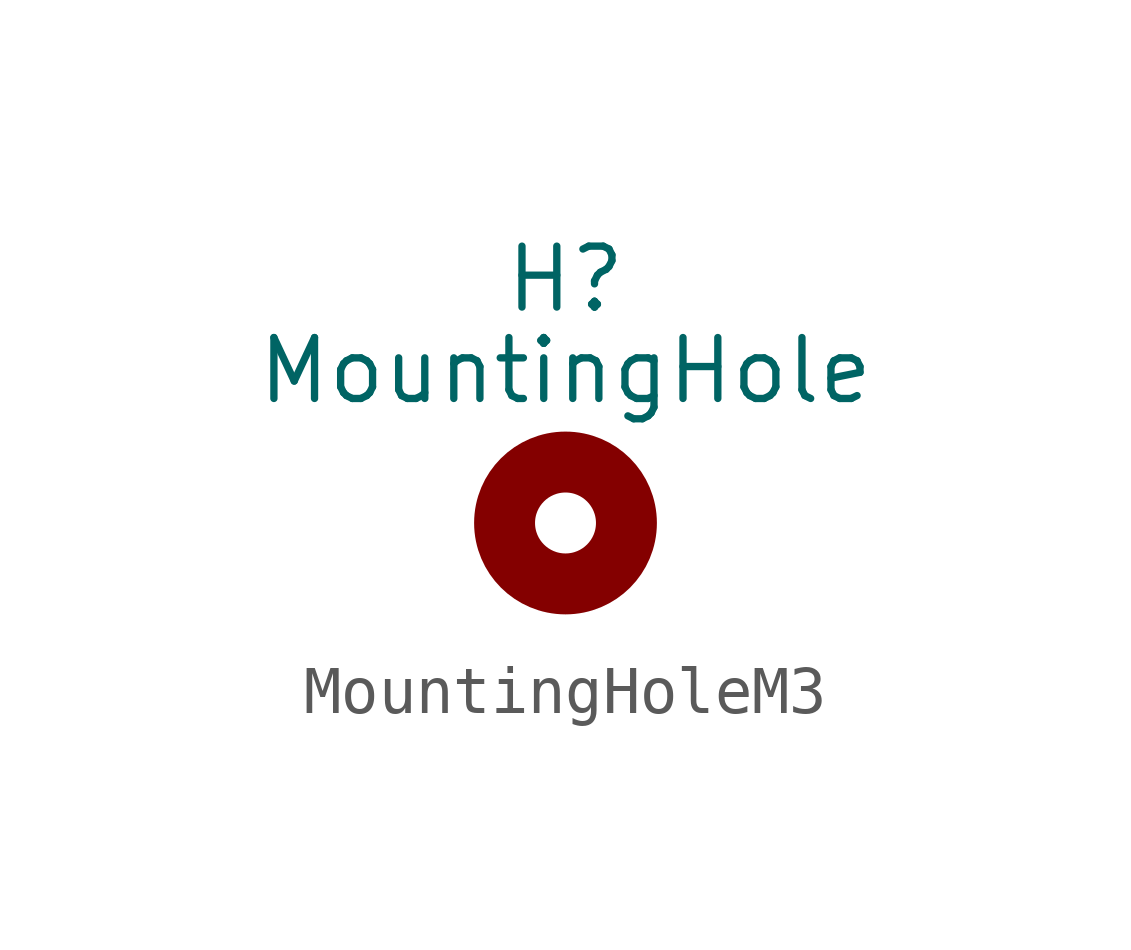
<source format=kicad_sym>
(kicad_symbol_lib
  (version 20220914)
  (generator kicad_symbol_editor)
  (symbol "MountingHoleM3"
    (pin_names
      (offset 1.016))
    (property "Reference" "H"
      (at 0 5.08 0)
      (effects (font (size 1.27 1.27))))
    (property "Value" "MountingHole"
      (at 0 3.175 0)
      (effects (font (size 1.27 1.27))))
    (symbol "MountingHoleM3_0_1"
      (circle (center 0 0) (radius 1.27) (stroke (width 1.27) (type default)) (fill (type none))))))
</source>
